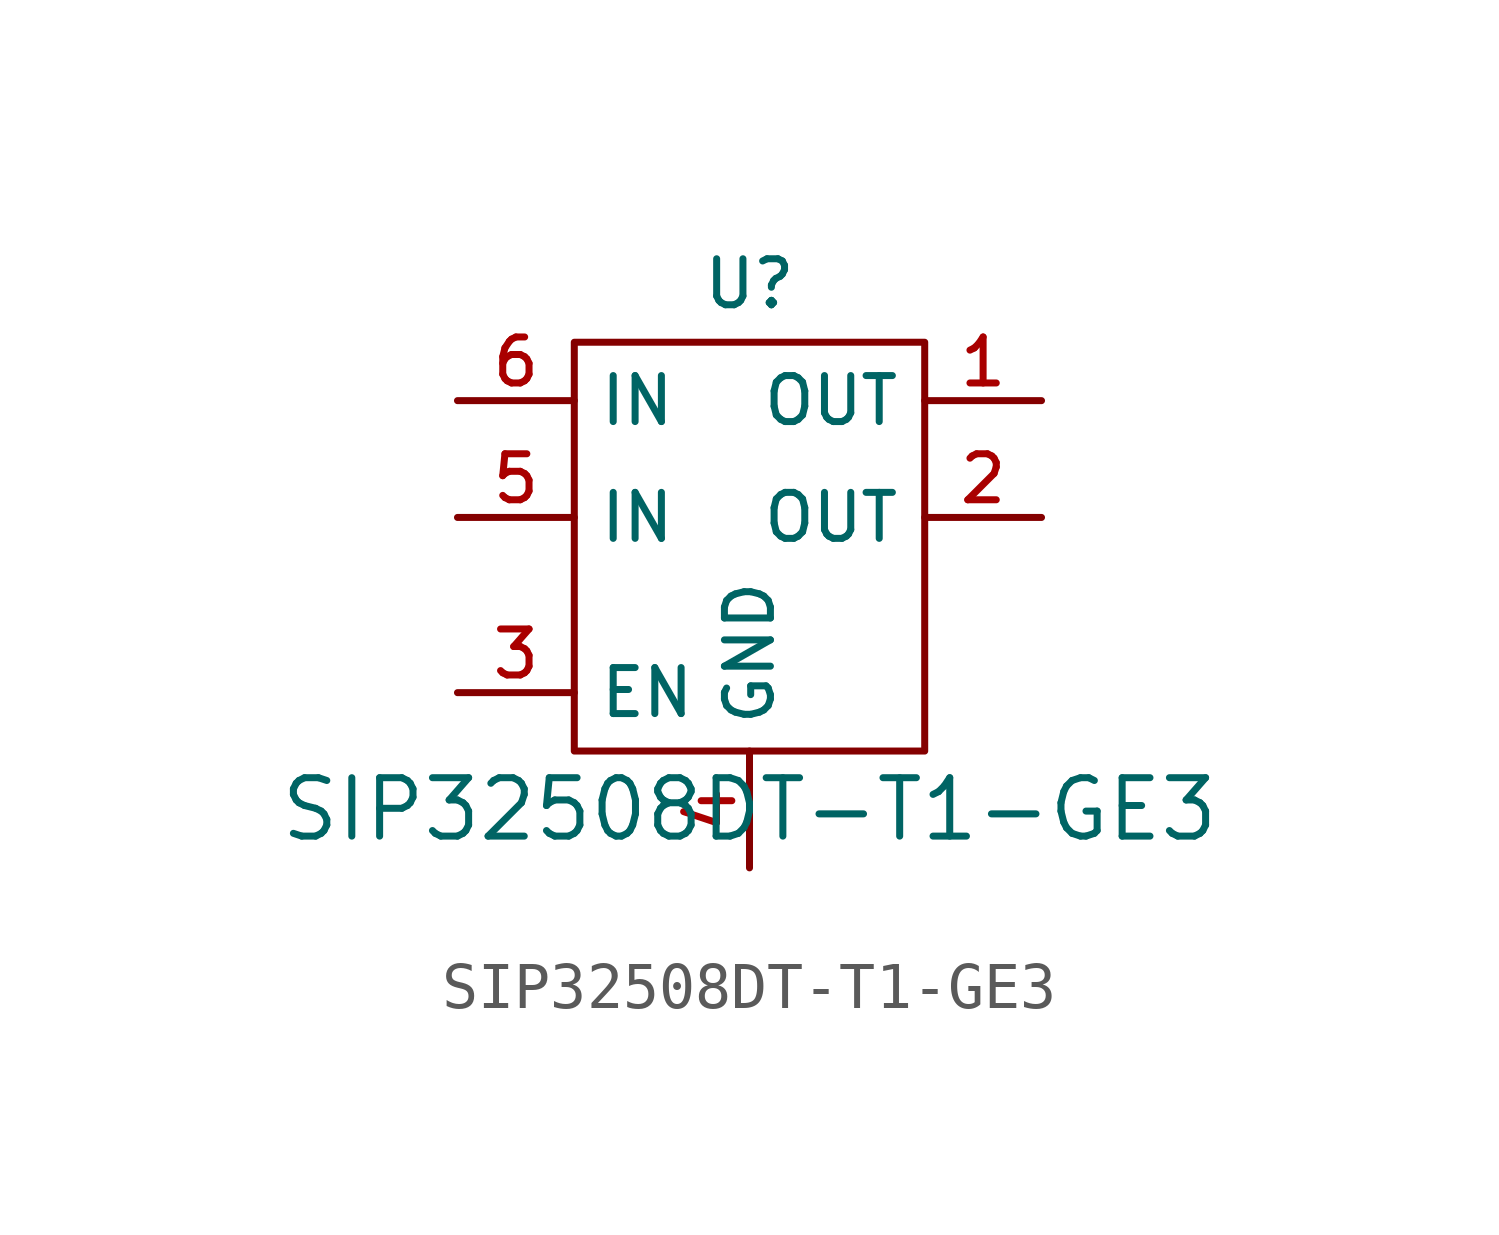
<source format=kicad_sym>
(kicad_symbol_lib
  (version 20220914)
  (generator kicad_symbol_editor)
  (symbol "SIP32508DT-T1-GE3"
    (property "Reference" "U"
      (at 0 11.43 0)
      (effects (font (size 1 1))))
    (property "Value" "SIP32508DT-T1-GE3"
      (at 0 0 0)
      (effects (font (size 1.27 1.27))))
    (symbol "SIP32508DT-T1-GE3_0_1"
      (rectangle (start -3.81 10.16) (end 3.81 1.27) (stroke (width 0) (type default)) (fill (type none))))
    (symbol "SIP32508DT-T1-GE3_1_1"
      (pin power_out line (at 6.35 8.89 180) (length 2.54) (name "OUT" (effects (font (size 1 1)))) (number "1" (effects (font (size 1 1)))))
      (pin power_out line (at 6.35 6.35 180) (length 2.54) (name "OUT" (effects (font (size 1 1)))) (number "2" (effects (font (size 1 1)))))
      (pin input line (at -6.35 2.54 0) (length 2.54) (name "EN" (effects (font (size 1 1)))) (number "3" (effects (font (size 1 1)))))
      (pin power_in line (at 0 -1.27 90) (length 2.54) (name "GND" (effects (font (size 1 1)))) (number "4" (effects (font (size 1 1)))))
      (pin power_in line (at -6.35 6.35 0) (length 2.54) (name "IN" (effects (font (size 1 1)))) (number "5" (effects (font (size 1 1)))))
      (pin power_in line (at -6.35 8.89 0) (length 2.54) (name "IN" (effects (font (size 1 1)))) (number "6" (effects (font (size 1 1))))))))
</source>
